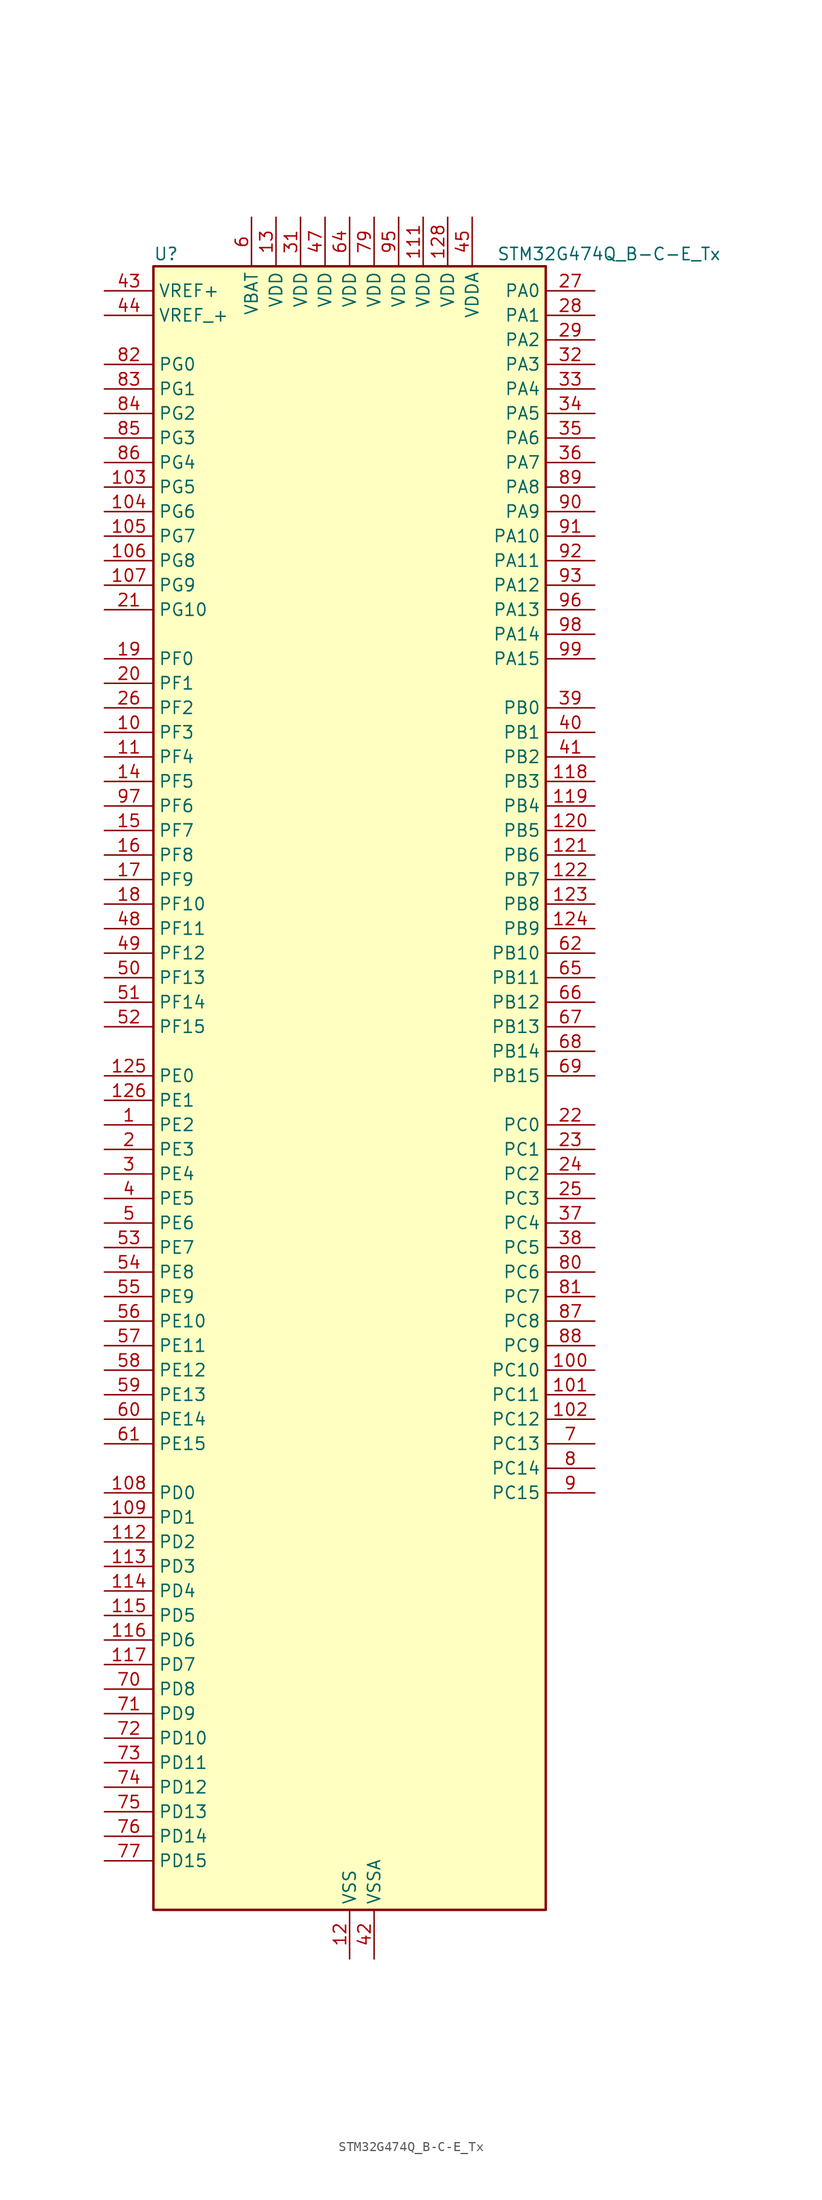
<source format=kicad_sym>
(kicad_symbol_lib
  (version 20231120)
  (generator "kicad_symbol_editor")
  (generator_version "8.0")
  (symbol "STM32G474Q_B-C-E_Tx"
    (property "Reference" "U"
      (at -20.32 87.63 0)
      (effects (font (size 1.27 1.27)) (justify left)))
    (property "Value" "STM32G474Q_B-C-E_Tx"
      (at 15.24 87.63 0)
      (effects (font (size 1.27 1.27)) (justify left)))
    (property "ki_locked" ""
      (at 0 0 0)
      (effects (font (size 1.27 1.27))))
    (symbol "STM32G474Q_B-C-E_Tx_0_1"
      (rectangle (start -20.32 -83.82) (end 20.32 86.36) (stroke (width 0.254) (type default)) (fill (type background))))
    (symbol "STM32G474Q_B-C-E_Tx_1_1"
      (pin bidirectional line (at -25.4 -2.54 0) (length 5.08) (name "PE2" (effects (font (size 1.27 1.27)))) (number "1" (effects (font (size 1.27 1.27)))) (alternate "ADC3_EXTI2" bidirectional line) (alternate "ADC4_EXTI2" bidirectional line) (alternate "ADC5_EXTI2" bidirectional line) (alternate "FMC_A23" bidirectional line) (alternate "SAI1_CK1" bidirectional line) (alternate "SAI1_MCLK_A" bidirectional line) (alternate "SPI4_SCK" bidirectional line) (alternate "SYS_TRACECLK" bidirectional line) (alternate "TIM20_CH1" bidirectional line) (alternate "TIM3_CH1" bidirectional line))
      (pin bidirectional line (at -25.4 38.1 0) (length 5.08) (name "PF3" (effects (font (size 1.27 1.27)))) (number "10" (effects (font (size 1.27 1.27)))) (alternate "ADC3_EXTI3" bidirectional line) (alternate "ADC4_EXTI3" bidirectional line) (alternate "ADC5_EXTI3" bidirectional line) (alternate "FMC_A3" bidirectional line) (alternate "I2C3_SCL" bidirectional line) (alternate "TIM20_CH4" bidirectional line))
      (pin bidirectional line (at 25.4 -27.94 180) (length 5.08) (name "PC10" (effects (font (size 1.27 1.27)))) (number "100" (effects (font (size 1.27 1.27)))) (alternate "DAC1_EXTI10" bidirectional line) (alternate "DAC2_EXTI10" bidirectional line) (alternate "DAC3_EXTI10" bidirectional line) (alternate "DAC4_EXTI10" bidirectional line) (alternate "HRTIM1_FLT6" bidirectional line) (alternate "I2S3_CK" bidirectional line) (alternate "SPI3_SCK" bidirectional line) (alternate "TIM8_CH1N" bidirectional line) (alternate "UART4_TX" bidirectional line) (alternate "USART3_TX" bidirectional line))
      (pin bidirectional line (at 25.4 -30.48 180) (length 5.08) (name "PC11" (effects (font (size 1.27 1.27)))) (number "101" (effects (font (size 1.27 1.27)))) (alternate "ADC1_EXTI11" bidirectional line) (alternate "ADC2_EXTI11" bidirectional line) (alternate "HRTIM1_EEV2" bidirectional line) (alternate "I2C3_SDA" bidirectional line) (alternate "SPI3_MISO" bidirectional line) (alternate "TIM8_CH2N" bidirectional line) (alternate "UART4_RX" bidirectional line) (alternate "USART3_RX" bidirectional line))
      (pin bidirectional line (at 25.4 -33.02 180) (length 5.08) (name "PC12" (effects (font (size 1.27 1.27)))) (number "102" (effects (font (size 1.27 1.27)))) (alternate "HRTIM1_EEV1" bidirectional line) (alternate "I2S3_SD" bidirectional line) (alternate "SPI3_MOSI" bidirectional line) (alternate "TIM5_CH2" bidirectional line) (alternate "TIM8_CH3N" bidirectional line) (alternate "UART5_TX" bidirectional line) (alternate "UCPD1_FRSTX1" bidirectional line) (alternate "UCPD1_FRSTX2" bidirectional line) (alternate "USART3_CK" bidirectional line))
      (pin bidirectional line (at -25.4 63.5 0) (length 5.08) (name "PG5" (effects (font (size 1.27 1.27)))) (number "103" (effects (font (size 1.27 1.27)))) (alternate "FMC_A15" bidirectional line) (alternate "LPUART1_CTS" bidirectional line) (alternate "SPI1_NSS" bidirectional line) (alternate "TIM20_ETR" bidirectional line))
      (pin bidirectional line (at -25.4 60.96 0) (length 5.08) (name "PG6" (effects (font (size 1.27 1.27)))) (number "104" (effects (font (size 1.27 1.27)))) (alternate "FMC_INT" bidirectional line) (alternate "I2C3_SMBA" bidirectional line) (alternate "LPUART1_DE" bidirectional line) (alternate "LPUART1_RTS" bidirectional line) (alternate "TIM20_BKIN" bidirectional line))
      (pin bidirectional line (at -25.4 58.42 0) (length 5.08) (name "PG7" (effects (font (size 1.27 1.27)))) (number "105" (effects (font (size 1.27 1.27)))) (alternate "FMC_INT" bidirectional line) (alternate "I2C3_SCL" bidirectional line) (alternate "LPUART1_TX" bidirectional line) (alternate "SAI1_CK1" bidirectional line) (alternate "SAI1_MCLK_A" bidirectional line))
      (pin bidirectional line (at -25.4 55.88 0) (length 5.08) (name "PG8" (effects (font (size 1.27 1.27)))) (number "106" (effects (font (size 1.27 1.27)))) (alternate "FMC_NE3" bidirectional line) (alternate "I2C3_SDA" bidirectional line) (alternate "LPUART1_RX" bidirectional line))
      (pin bidirectional line (at -25.4 53.34 0) (length 5.08) (name "PG9" (effects (font (size 1.27 1.27)))) (number "107" (effects (font (size 1.27 1.27)))) (alternate "DAC1_EXTI9" bidirectional line) (alternate "DAC2_EXTI9" bidirectional line) (alternate "DAC3_EXTI9" bidirectional line) (alternate "DAC4_EXTI9" bidirectional line) (alternate "FMC_NCE" bidirectional line) (alternate "FMC_NE2" bidirectional line) (alternate "SPI3_SCK" bidirectional line) (alternate "TIM15_CH1N" bidirectional line) (alternate "USART1_TX" bidirectional line))
      (pin bidirectional line (at -25.4 -40.64 0) (length 5.08) (name "PD0" (effects (font (size 1.27 1.27)))) (number "108" (effects (font (size 1.27 1.27)))) (alternate "FDCAN1_RX" bidirectional line) (alternate "FMC_D2" bidirectional line) (alternate "FMC_DA2" bidirectional line) (alternate "TIM8_CH4N" bidirectional line))
      (pin bidirectional line (at -25.4 -43.18 0) (length 5.08) (name "PD1" (effects (font (size 1.27 1.27)))) (number "109" (effects (font (size 1.27 1.27)))) (alternate "FDCAN1_TX" bidirectional line) (alternate "FMC_D3" bidirectional line) (alternate "FMC_DA3" bidirectional line) (alternate "TIM8_BKIN2" bidirectional line) (alternate "TIM8_CH4" bidirectional line))
      (pin bidirectional line (at -25.4 35.56 0) (length 5.08) (name "PF4" (effects (font (size 1.27 1.27)))) (number "11" (effects (font (size 1.27 1.27)))) (alternate "COMP1_OUT" bidirectional line) (alternate "FMC_A4" bidirectional line) (alternate "I2C3_SDA" bidirectional line) (alternate "TIM20_CH1N" bidirectional line))
      (pin passive line (at 0 -88.9 90) (length 5.08) hide (name "VSS" (effects (font (size 1.27 1.27)))) (number "110" (effects (font (size 1.27 1.27)))))
      (pin power_in line (at 7.62 91.44 270) (length 5.08) (name "VDD" (effects (font (size 1.27 1.27)))) (number "111" (effects (font (size 1.27 1.27)))))
      (pin bidirectional line (at -25.4 -45.72 0) (length 5.08) (name "PD2" (effects (font (size 1.27 1.27)))) (number "112" (effects (font (size 1.27 1.27)))) (alternate "ADC3_EXTI2" bidirectional line) (alternate "ADC4_EXTI2" bidirectional line) (alternate "ADC5_EXTI2" bidirectional line) (alternate "TIM3_ETR" bidirectional line) (alternate "TIM8_BKIN" bidirectional line) (alternate "UART5_RX" bidirectional line))
      (pin bidirectional line (at -25.4 -48.26 0) (length 5.08) (name "PD3" (effects (font (size 1.27 1.27)))) (number "113" (effects (font (size 1.27 1.27)))) (alternate "ADC3_EXTI3" bidirectional line) (alternate "ADC4_EXTI3" bidirectional line) (alternate "ADC5_EXTI3" bidirectional line) (alternate "FMC_CLK" bidirectional line) (alternate "QUADSPI1_BK2_NCS" bidirectional line) (alternate "TIM2_CH1" bidirectional line) (alternate "TIM2_ETR" bidirectional line) (alternate "USART2_CTS" bidirectional line) (alternate "USART2_NSS" bidirectional line))
      (pin bidirectional line (at -25.4 -50.8 0) (length 5.08) (name "PD4" (effects (font (size 1.27 1.27)))) (number "114" (effects (font (size 1.27 1.27)))) (alternate "FMC_NOE" bidirectional line) (alternate "QUADSPI1_BK2_IO0" bidirectional line) (alternate "TIM2_CH2" bidirectional line) (alternate "USART2_DE" bidirectional line) (alternate "USART2_RTS" bidirectional line))
      (pin bidirectional line (at -25.4 -53.34 0) (length 5.08) (name "PD5" (effects (font (size 1.27 1.27)))) (number "115" (effects (font (size 1.27 1.27)))) (alternate "FMC_NWE" bidirectional line) (alternate "QUADSPI1_BK2_IO1" bidirectional line) (alternate "USART2_TX" bidirectional line))
      (pin bidirectional line (at -25.4 -55.88 0) (length 5.08) (name "PD6" (effects (font (size 1.27 1.27)))) (number "116" (effects (font (size 1.27 1.27)))) (alternate "FMC_NWAIT" bidirectional line) (alternate "QUADSPI1_BK2_IO2" bidirectional line) (alternate "SAI1_D1" bidirectional line) (alternate "SAI1_SD_A" bidirectional line) (alternate "TIM2_CH4" bidirectional line) (alternate "USART2_RX" bidirectional line))
      (pin bidirectional line (at -25.4 -58.42 0) (length 5.08) (name "PD7" (effects (font (size 1.27 1.27)))) (number "117" (effects (font (size 1.27 1.27)))) (alternate "FMC_NCE" bidirectional line) (alternate "FMC_NE1" bidirectional line) (alternate "QUADSPI1_BK2_IO3" bidirectional line) (alternate "TIM2_CH3" bidirectional line) (alternate "USART2_CK" bidirectional line))
      (pin bidirectional line (at 25.4 33.02 180) (length 5.08) (name "PB3" (effects (font (size 1.27 1.27)))) (number "118" (effects (font (size 1.27 1.27)))) (alternate "ADC3_EXTI3" bidirectional line) (alternate "ADC4_EXTI3" bidirectional line) (alternate "ADC5_EXTI3" bidirectional line) (alternate "CRS_SYNC" bidirectional line) (alternate "FDCAN3_RX" bidirectional line) (alternate "HRTIM1_EEV9" bidirectional line) (alternate "HRTIM1_SCOUT" bidirectional line) (alternate "I2S3_CK" bidirectional line) (alternate "SAI1_SCK_B" bidirectional line) (alternate "SPI1_SCK" bidirectional line) (alternate "SPI3_SCK" bidirectional line) (alternate "SYS_JTDO-SWO" bidirectional line) (alternate "TIM2_CH2" bidirectional line) (alternate "TIM3_ETR" bidirectional line) (alternate "TIM4_ETR" bidirectional line) (alternate "TIM8_CH1N" bidirectional line) (alternate "USART2_TX" bidirectional line))
      (pin bidirectional line (at 25.4 30.48 180) (length 5.08) (name "PB4" (effects (font (size 1.27 1.27)))) (number "119" (effects (font (size 1.27 1.27)))) (alternate "FDCAN3_TX" bidirectional line) (alternate "HRTIM1_EEV7" bidirectional line) (alternate "SAI1_MCLK_B" bidirectional line) (alternate "SPI1_MISO" bidirectional line) (alternate "SPI3_MISO" bidirectional line) (alternate "SYS_JTRST" bidirectional line) (alternate "TIM16_CH1" bidirectional line) (alternate "TIM17_BKIN" bidirectional line) (alternate "TIM3_CH1" bidirectional line) (alternate "TIM8_CH2N" bidirectional line) (alternate "UART5_DE" bidirectional line) (alternate "UART5_RTS" bidirectional line) (alternate "UCPD1_CC2" bidirectional line) (alternate "USART2_RX" bidirectional line))
      (pin power_in line (at 0 -88.9 90) (length 5.08) (name "VSS" (effects (font (size 1.27 1.27)))) (number "12" (effects (font (size 1.27 1.27)))))
      (pin bidirectional line (at 25.4 27.94 180) (length 5.08) (name "PB5" (effects (font (size 1.27 1.27)))) (number "120" (effects (font (size 1.27 1.27)))) (alternate "FDCAN2_RX" bidirectional line) (alternate "HRTIM1_EEV6" bidirectional line) (alternate "I2C1_SMBA" bidirectional line) (alternate "I2C3_SDA" bidirectional line) (alternate "I2S3_SD" bidirectional line) (alternate "LPTIM1_IN1" bidirectional line) (alternate "SAI1_SD_B" bidirectional line) (alternate "SPI1_MOSI" bidirectional line) (alternate "SPI3_MOSI" bidirectional line) (alternate "TIM16_BKIN" bidirectional line) (alternate "TIM17_CH1" bidirectional line) (alternate "TIM3_CH2" bidirectional line) (alternate "TIM8_CH3N" bidirectional line) (alternate "UART5_CTS" bidirectional line) (alternate "USART2_CK" bidirectional line))
      (pin bidirectional line (at 25.4 25.4 180) (length 5.08) (name "PB6" (effects (font (size 1.27 1.27)))) (number "121" (effects (font (size 1.27 1.27)))) (alternate "COMP4_OUT" bidirectional line) (alternate "FDCAN2_TX" bidirectional line) (alternate "HRTIM1_EEV4" bidirectional line) (alternate "HRTIM1_SCIN" bidirectional line) (alternate "LPTIM1_ETR" bidirectional line) (alternate "SAI1_FS_B" bidirectional line) (alternate "TIM16_CH1N" bidirectional line) (alternate "TIM4_CH1" bidirectional line) (alternate "TIM8_BKIN2" bidirectional line) (alternate "TIM8_CH1" bidirectional line) (alternate "TIM8_ETR" bidirectional line) (alternate "UCPD1_CC1" bidirectional line) (alternate "USART1_TX" bidirectional line))
      (pin bidirectional line (at 25.4 22.86 180) (length 5.08) (name "PB7" (effects (font (size 1.27 1.27)))) (number "122" (effects (font (size 1.27 1.27)))) (alternate "COMP3_OUT" bidirectional line) (alternate "FMC_NL" bidirectional line) (alternate "HRTIM1_EEV3" bidirectional line) (alternate "I2C1_SDA" bidirectional line) (alternate "I2C4_SDA" bidirectional line) (alternate "LPTIM1_IN2" bidirectional line) (alternate "SYS_PVD_IN" bidirectional line) (alternate "TIM17_CH1N" bidirectional line) (alternate "TIM3_CH4" bidirectional line) (alternate "TIM4_CH2" bidirectional line) (alternate "TIM8_BKIN" bidirectional line) (alternate "UART4_CTS" bidirectional line) (alternate "USART1_RX" bidirectional line))
      (pin bidirectional line (at 25.4 20.32 180) (length 5.08) (name "PB8" (effects (font (size 1.27 1.27)))) (number "123" (effects (font (size 1.27 1.27)))) (alternate "COMP1_OUT" bidirectional line) (alternate "FDCAN1_RX" bidirectional line) (alternate "HRTIM1_EEV8" bidirectional line) (alternate "I2C1_SCL" bidirectional line) (alternate "SAI1_CK1" bidirectional line) (alternate "SAI1_MCLK_A" bidirectional line) (alternate "TIM16_CH1" bidirectional line) (alternate "TIM1_BKIN" bidirectional line) (alternate "TIM4_CH3" bidirectional line) (alternate "TIM8_CH2" bidirectional line) (alternate "USART3_RX" bidirectional line))
      (pin bidirectional line (at 25.4 17.78 180) (length 5.08) (name "PB9" (effects (font (size 1.27 1.27)))) (number "124" (effects (font (size 1.27 1.27)))) (alternate "COMP2_OUT" bidirectional line) (alternate "DAC1_EXTI9" bidirectional line) (alternate "DAC2_EXTI9" bidirectional line) (alternate "DAC3_EXTI9" bidirectional line) (alternate "DAC4_EXTI9" bidirectional line) (alternate "FDCAN1_TX" bidirectional line) (alternate "HRTIM1_EEV5" bidirectional line) (alternate "I2C1_SDA" bidirectional line) (alternate "IR_OUT" bidirectional line) (alternate "SAI1_D2" bidirectional line) (alternate "SAI1_FS_A" bidirectional line) (alternate "TIM17_CH1" bidirectional line) (alternate "TIM1_CH3N" bidirectional line) (alternate "TIM4_CH4" bidirectional line) (alternate "TIM8_CH3" bidirectional line) (alternate "USART3_TX" bidirectional line))
      (pin bidirectional line (at -25.4 2.54 0) (length 5.08) (name "PE0" (effects (font (size 1.27 1.27)))) (number "125" (effects (font (size 1.27 1.27)))) (alternate "FMC_NBL0" bidirectional line) (alternate "TIM16_CH1" bidirectional line) (alternate "TIM20_CH4N" bidirectional line) (alternate "TIM20_ETR" bidirectional line) (alternate "TIM4_ETR" bidirectional line) (alternate "USART1_TX" bidirectional line))
      (pin bidirectional line (at -25.4 0 0) (length 5.08) (name "PE1" (effects (font (size 1.27 1.27)))) (number "126" (effects (font (size 1.27 1.27)))) (alternate "FMC_NBL1" bidirectional line) (alternate "TIM17_CH1" bidirectional line) (alternate "TIM20_CH4" bidirectional line) (alternate "USART1_RX" bidirectional line))
      (pin passive line (at 0 -88.9 90) (length 5.08) hide (name "VSS" (effects (font (size 1.27 1.27)))) (number "127" (effects (font (size 1.27 1.27)))))
      (pin power_in line (at 10.16 91.44 270) (length 5.08) (name "VDD" (effects (font (size 1.27 1.27)))) (number "128" (effects (font (size 1.27 1.27)))))
      (pin power_in line (at -7.62 91.44 270) (length 5.08) (name "VDD" (effects (font (size 1.27 1.27)))) (number "13" (effects (font (size 1.27 1.27)))))
      (pin bidirectional line (at -25.4 33.02 0) (length 5.08) (name "PF5" (effects (font (size 1.27 1.27)))) (number "14" (effects (font (size 1.27 1.27)))) (alternate "FMC_A5" bidirectional line) (alternate "TIM20_CH2N" bidirectional line))
      (pin bidirectional line (at -25.4 27.94 0) (length 5.08) (name "PF7" (effects (font (size 1.27 1.27)))) (number "15" (effects (font (size 1.27 1.27)))) (alternate "FMC_A1" bidirectional line) (alternate "QUADSPI1_BK1_IO2" bidirectional line) (alternate "SAI1_MCLK_B" bidirectional line) (alternate "TIM20_BKIN" bidirectional line) (alternate "TIM5_CH2" bidirectional line))
      (pin bidirectional line (at -25.4 25.4 0) (length 5.08) (name "PF8" (effects (font (size 1.27 1.27)))) (number "16" (effects (font (size 1.27 1.27)))) (alternate "FMC_A24" bidirectional line) (alternate "QUADSPI1_BK1_IO0" bidirectional line) (alternate "SAI1_SCK_B" bidirectional line) (alternate "TIM20_BKIN2" bidirectional line) (alternate "TIM5_CH3" bidirectional line))
      (pin bidirectional line (at -25.4 22.86 0) (length 5.08) (name "PF9" (effects (font (size 1.27 1.27)))) (number "17" (effects (font (size 1.27 1.27)))) (alternate "DAC1_EXTI9" bidirectional line) (alternate "DAC2_EXTI9" bidirectional line) (alternate "DAC3_EXTI9" bidirectional line) (alternate "DAC4_EXTI9" bidirectional line) (alternate "FMC_A25" bidirectional line) (alternate "QUADSPI1_BK1_IO1" bidirectional line) (alternate "SAI1_FS_B" bidirectional line) (alternate "SPI2_SCK" bidirectional line) (alternate "TIM15_CH1" bidirectional line) (alternate "TIM20_BKIN" bidirectional line) (alternate "TIM5_CH4" bidirectional line))
      (pin bidirectional line (at -25.4 20.32 0) (length 5.08) (name "PF10" (effects (font (size 1.27 1.27)))) (number "18" (effects (font (size 1.27 1.27)))) (alternate "DAC1_EXTI10" bidirectional line) (alternate "DAC2_EXTI10" bidirectional line) (alternate "DAC3_EXTI10" bidirectional line) (alternate "DAC4_EXTI10" bidirectional line) (alternate "FMC_A0" bidirectional line) (alternate "QUADSPI1_CLK" bidirectional line) (alternate "SAI1_D3" bidirectional line) (alternate "SPI2_SCK" bidirectional line) (alternate "TIM15_CH2" bidirectional line) (alternate "TIM20_BKIN2" bidirectional line))
      (pin bidirectional line (at -25.4 45.72 0) (length 5.08) (name "PF0" (effects (font (size 1.27 1.27)))) (number "19" (effects (font (size 1.27 1.27)))) (alternate "ADC1_IN10" bidirectional line) (alternate "I2C2_SDA" bidirectional line) (alternate "I2S2_WS" bidirectional line) (alternate "RCC_OSC_IN" bidirectional line) (alternate "SPI2_NSS" bidirectional line) (alternate "TIM1_CH3N" bidirectional line))
      (pin bidirectional line (at -25.4 -5.08 0) (length 5.08) (name "PE3" (effects (font (size 1.27 1.27)))) (number "2" (effects (font (size 1.27 1.27)))) (alternate "ADC3_EXTI3" bidirectional line) (alternate "ADC4_EXTI3" bidirectional line) (alternate "ADC5_EXTI3" bidirectional line) (alternate "FMC_A19" bidirectional line) (alternate "SAI1_SD_B" bidirectional line) (alternate "SPI4_NSS" bidirectional line) (alternate "SYS_TRACED0" bidirectional line) (alternate "TIM20_CH2" bidirectional line) (alternate "TIM3_CH2" bidirectional line))
      (pin bidirectional line (at -25.4 43.18 0) (length 5.08) (name "PF1" (effects (font (size 1.27 1.27)))) (number "20" (effects (font (size 1.27 1.27)))) (alternate "ADC2_IN10" bidirectional line) (alternate "COMP3_INM" bidirectional line) (alternate "I2S2_CK" bidirectional line) (alternate "RCC_OSC_OUT" bidirectional line) (alternate "SPI2_SCK" bidirectional line))
      (pin bidirectional line (at -25.4 50.8 0) (length 5.08) (name "PG10" (effects (font (size 1.27 1.27)))) (number "21" (effects (font (size 1.27 1.27)))) (alternate "DAC1_EXTI10" bidirectional line) (alternate "DAC2_EXTI10" bidirectional line) (alternate "DAC3_EXTI10" bidirectional line) (alternate "DAC4_EXTI10" bidirectional line) (alternate "RCC_MCO" bidirectional line))
      (pin bidirectional line (at 25.4 -2.54 180) (length 5.08) (name "PC0" (effects (font (size 1.27 1.27)))) (number "22" (effects (font (size 1.27 1.27)))) (alternate "ADC1_IN6" bidirectional line) (alternate "ADC2_IN6" bidirectional line) (alternate "COMP3_INM" bidirectional line) (alternate "LPTIM1_IN1" bidirectional line) (alternate "LPUART1_RX" bidirectional line) (alternate "TIM1_CH1" bidirectional line))
      (pin bidirectional line (at 25.4 -5.08 180) (length 5.08) (name "PC1" (effects (font (size 1.27 1.27)))) (number "23" (effects (font (size 1.27 1.27)))) (alternate "ADC1_IN7" bidirectional line) (alternate "ADC2_IN7" bidirectional line) (alternate "COMP3_INP" bidirectional line) (alternate "LPTIM1_OUT" bidirectional line) (alternate "LPUART1_TX" bidirectional line) (alternate "QUADSPI1_BK2_IO0" bidirectional line) (alternate "SAI1_SD_A" bidirectional line) (alternate "TIM1_CH2" bidirectional line))
      (pin bidirectional line (at 25.4 -7.62 180) (length 5.08) (name "PC2" (effects (font (size 1.27 1.27)))) (number "24" (effects (font (size 1.27 1.27)))) (alternate "ADC1_IN8" bidirectional line) (alternate "ADC2_IN8" bidirectional line) (alternate "ADC3_EXTI2" bidirectional line) (alternate "ADC4_EXTI2" bidirectional line) (alternate "ADC5_EXTI2" bidirectional line) (alternate "COMP3_OUT" bidirectional line) (alternate "LPTIM1_IN2" bidirectional line) (alternate "QUADSPI1_BK2_IO1" bidirectional line) (alternate "TIM1_CH3" bidirectional line) (alternate "TIM20_CH2" bidirectional line))
      (pin bidirectional line (at 25.4 -10.16 180) (length 5.08) (name "PC3" (effects (font (size 1.27 1.27)))) (number "25" (effects (font (size 1.27 1.27)))) (alternate "ADC1_IN9" bidirectional line) (alternate "ADC2_IN9" bidirectional line) (alternate "ADC3_EXTI3" bidirectional line) (alternate "ADC4_EXTI3" bidirectional line) (alternate "ADC5_EXTI3" bidirectional line) (alternate "LPTIM1_ETR" bidirectional line) (alternate "OPAMP5_VINP" bidirectional line) (alternate "OPAMP5_VINP_SEC" bidirectional line) (alternate "QUADSPI1_BK2_IO2" bidirectional line) (alternate "SAI1_D1" bidirectional line) (alternate "SAI1_SD_A" bidirectional line) (alternate "TIM1_BKIN2" bidirectional line) (alternate "TIM1_CH4" bidirectional line))
      (pin bidirectional line (at -25.4 40.64 0) (length 5.08) (name "PF2" (effects (font (size 1.27 1.27)))) (number "26" (effects (font (size 1.27 1.27)))) (alternate "ADC3_EXTI2" bidirectional line) (alternate "ADC4_EXTI2" bidirectional line) (alternate "ADC5_EXTI2" bidirectional line) (alternate "FMC_A2" bidirectional line) (alternate "I2C2_SMBA" bidirectional line) (alternate "TIM20_CH3" bidirectional line))
      (pin bidirectional line (at 25.4 83.82 180) (length 5.08) (name "PA0" (effects (font (size 1.27 1.27)))) (number "27" (effects (font (size 1.27 1.27)))) (alternate "ADC1_IN1" bidirectional line) (alternate "ADC2_IN1" bidirectional line) (alternate "COMP1_INM" bidirectional line) (alternate "COMP1_OUT" bidirectional line) (alternate "COMP3_INP" bidirectional line) (alternate "RTC_TAMP2" bidirectional line) (alternate "SYS_WKUP1" bidirectional line) (alternate "TIM2_CH1" bidirectional line) (alternate "TIM2_ETR" bidirectional line) (alternate "TIM5_CH1" bidirectional line) (alternate "TIM8_BKIN" bidirectional line) (alternate "TIM8_ETR" bidirectional line) (alternate "USART2_CTS" bidirectional line) (alternate "USART2_NSS" bidirectional line))
      (pin bidirectional line (at 25.4 81.28 180) (length 5.08) (name "PA1" (effects (font (size 1.27 1.27)))) (number "28" (effects (font (size 1.27 1.27)))) (alternate "ADC1_IN2" bidirectional line) (alternate "ADC2_IN2" bidirectional line) (alternate "COMP1_INP" bidirectional line) (alternate "OPAMP1_VINP" bidirectional line) (alternate "OPAMP1_VINP_SEC" bidirectional line) (alternate "OPAMP3_VINP" bidirectional line) (alternate "OPAMP3_VINP_SEC" bidirectional line) (alternate "OPAMP6_VINM" bidirectional line) (alternate "OPAMP6_VINM0" bidirectional line) (alternate "OPAMP6_VINM_SEC" bidirectional line) (alternate "RTC_REFIN" bidirectional line) (alternate "TIM15_CH1N" bidirectional line) (alternate "TIM2_CH2" bidirectional line) (alternate "TIM5_CH2" bidirectional line) (alternate "USART2_DE" bidirectional line) (alternate "USART2_RTS" bidirectional line))
      (pin bidirectional line (at 25.4 78.74 180) (length 5.08) (name "PA2" (effects (font (size 1.27 1.27)))) (number "29" (effects (font (size 1.27 1.27)))) (alternate "ADC1_IN3" bidirectional line) (alternate "ADC3_EXTI2" bidirectional line) (alternate "ADC4_EXTI2" bidirectional line) (alternate "ADC5_EXTI2" bidirectional line) (alternate "COMP2_INM" bidirectional line) (alternate "COMP2_OUT" bidirectional line) (alternate "LPUART1_TX" bidirectional line) (alternate "OPAMP1_VOUT" bidirectional line) (alternate "QUADSPI1_BK1_NCS" bidirectional line) (alternate "RCC_LSCO" bidirectional line) (alternate "SYS_WKUP4" bidirectional line) (alternate "TIM15_CH1" bidirectional line) (alternate "TIM2_CH3" bidirectional line) (alternate "TIM5_CH3" bidirectional line) (alternate "UCPD1_FRSTX1" bidirectional line) (alternate "UCPD1_FRSTX2" bidirectional line) (alternate "USART2_TX" bidirectional line))
      (pin bidirectional line (at -25.4 -7.62 0) (length 5.08) (name "PE4" (effects (font (size 1.27 1.27)))) (number "3" (effects (font (size 1.27 1.27)))) (alternate "FMC_A20" bidirectional line) (alternate "SAI1_D2" bidirectional line) (alternate "SAI1_FS_A" bidirectional line) (alternate "SPI4_NSS" bidirectional line) (alternate "SYS_TRACED1" bidirectional line) (alternate "TIM20_CH1N" bidirectional line) (alternate "TIM3_CH3" bidirectional line))
      (pin passive line (at 0 -88.9 90) (length 5.08) hide (name "VSS" (effects (font (size 1.27 1.27)))) (number "30" (effects (font (size 1.27 1.27)))))
      (pin power_in line (at -5.08 91.44 270) (length 5.08) (name "VDD" (effects (font (size 1.27 1.27)))) (number "31" (effects (font (size 1.27 1.27)))))
      (pin bidirectional line (at 25.4 76.2 180) (length 5.08) (name "PA3" (effects (font (size 1.27 1.27)))) (number "32" (effects (font (size 1.27 1.27)))) (alternate "ADC1_IN4" bidirectional line) (alternate "ADC3_EXTI3" bidirectional line) (alternate "ADC4_EXTI3" bidirectional line) (alternate "ADC5_EXTI3" bidirectional line) (alternate "COMP2_INP" bidirectional line) (alternate "LPUART1_RX" bidirectional line) (alternate "OPAMP1_VINM" bidirectional line) (alternate "OPAMP1_VINM0" bidirectional line) (alternate "OPAMP1_VINM_SEC" bidirectional line) (alternate "OPAMP1_VINP" bidirectional line) (alternate "OPAMP1_VINP_SEC" bidirectional line) (alternate "OPAMP5_VINM" bidirectional line) (alternate "OPAMP5_VINM1" bidirectional line) (alternate "OPAMP5_VINM_SEC" bidirectional line) (alternate "QUADSPI1_CLK" bidirectional line) (alternate "SAI1_CK1" bidirectional line) (alternate "SAI1_MCLK_A" bidirectional line) (alternate "TIM15_CH2" bidirectional line) (alternate "TIM2_CH4" bidirectional line) (alternate "TIM5_CH4" bidirectional line) (alternate "USART2_RX" bidirectional line))
      (pin bidirectional line (at 25.4 73.66 180) (length 5.08) (name "PA4" (effects (font (size 1.27 1.27)))) (number "33" (effects (font (size 1.27 1.27)))) (alternate "ADC2_IN17" bidirectional line) (alternate "COMP1_INM" bidirectional line) (alternate "DAC1_OUT1" bidirectional line) (alternate "I2S3_WS" bidirectional line) (alternate "SAI1_FS_B" bidirectional line) (alternate "SPI1_NSS" bidirectional line) (alternate "SPI3_NSS" bidirectional line) (alternate "TIM3_CH2" bidirectional line) (alternate "USART2_CK" bidirectional line))
      (pin bidirectional line (at 25.4 71.12 180) (length 5.08) (name "PA5" (effects (font (size 1.27 1.27)))) (number "34" (effects (font (size 1.27 1.27)))) (alternate "ADC2_IN13" bidirectional line) (alternate "COMP2_INM" bidirectional line) (alternate "DAC1_OUT2" bidirectional line) (alternate "OPAMP2_VINM" bidirectional line) (alternate "OPAMP2_VINM0" bidirectional line) (alternate "OPAMP2_VINM_SEC" bidirectional line) (alternate "SPI1_SCK" bidirectional line) (alternate "TIM2_CH1" bidirectional line) (alternate "TIM2_ETR" bidirectional line) (alternate "UCPD1_FRSTX1" bidirectional line) (alternate "UCPD1_FRSTX2" bidirectional line))
      (pin bidirectional line (at 25.4 68.58 180) (length 5.08) (name "PA6" (effects (font (size 1.27 1.27)))) (number "35" (effects (font (size 1.27 1.27)))) (alternate "ADC2_IN3" bidirectional line) (alternate "COMP1_OUT" bidirectional line) (alternate "DAC2_OUT1" bidirectional line) (alternate "LPUART1_CTS" bidirectional line) (alternate "OPAMP2_VOUT" bidirectional line) (alternate "QUADSPI1_BK1_IO3" bidirectional line) (alternate "SPI1_MISO" bidirectional line) (alternate "TIM16_CH1" bidirectional line) (alternate "TIM1_BKIN" bidirectional line) (alternate "TIM3_CH1" bidirectional line) (alternate "TIM8_BKIN" bidirectional line))
      (pin bidirectional line (at 25.4 66.04 180) (length 5.08) (name "PA7" (effects (font (size 1.27 1.27)))) (number "36" (effects (font (size 1.27 1.27)))) (alternate "ADC2_IN4" bidirectional line) (alternate "COMP2_INP" bidirectional line) (alternate "COMP2_OUT" bidirectional line) (alternate "OPAMP1_VINP" bidirectional line) (alternate "OPAMP1_VINP_SEC" bidirectional line) (alternate "OPAMP2_VINP" bidirectional line) (alternate "OPAMP2_VINP_SEC" bidirectional line) (alternate "QUADSPI1_BK1_IO2" bidirectional line) (alternate "SPI1_MOSI" bidirectional line) (alternate "TIM17_CH1" bidirectional line) (alternate "TIM1_CH1N" bidirectional line) (alternate "TIM3_CH2" bidirectional line) (alternate "TIM8_CH1N" bidirectional line) (alternate "UCPD1_FRSTX1" bidirectional line) (alternate "UCPD1_FRSTX2" bidirectional line))
      (pin bidirectional line (at 25.4 -12.7 180) (length 5.08) (name "PC4" (effects (font (size 1.27 1.27)))) (number "37" (effects (font (size 1.27 1.27)))) (alternate "ADC2_IN5" bidirectional line) (alternate "I2C2_SCL" bidirectional line) (alternate "QUADSPI1_BK2_IO3" bidirectional line) (alternate "TIM1_ETR" bidirectional line) (alternate "USART1_TX" bidirectional line))
      (pin bidirectional line (at 25.4 -15.24 180) (length 5.08) (name "PC5" (effects (font (size 1.27 1.27)))) (number "38" (effects (font (size 1.27 1.27)))) (alternate "ADC2_IN11" bidirectional line) (alternate "HRTIM1_EEV10" bidirectional line) (alternate "OPAMP1_VINM" bidirectional line) (alternate "OPAMP1_VINM1" bidirectional line) (alternate "OPAMP1_VINM_SEC" bidirectional line) (alternate "OPAMP2_VINM" bidirectional line) (alternate "OPAMP2_VINM1" bidirectional line) (alternate "OPAMP2_VINM_SEC" bidirectional line) (alternate "SAI1_D3" bidirectional line) (alternate "SYS_WKUP5" bidirectional line) (alternate "TIM15_BKIN" bidirectional line) (alternate "TIM1_CH4N" bidirectional line) (alternate "USART1_RX" bidirectional line))
      (pin bidirectional line (at 25.4 40.64 180) (length 5.08) (name "PB0" (effects (font (size 1.27 1.27)))) (number "39" (effects (font (size 1.27 1.27)))) (alternate "ADC1_IN15" bidirectional line) (alternate "ADC3_IN12" bidirectional line) (alternate "COMP4_INP" bidirectional line) (alternate "HRTIM1_FLT5" bidirectional line) (alternate "OPAMP2_VINP" bidirectional line) (alternate "OPAMP2_VINP_SEC" bidirectional line) (alternate "OPAMP3_VINP" bidirectional line) (alternate "OPAMP3_VINP_SEC" bidirectional line) (alternate "QUADSPI1_BK1_IO1" bidirectional line) (alternate "TIM1_CH2N" bidirectional line) (alternate "TIM3_CH3" bidirectional line) (alternate "TIM8_CH2N" bidirectional line) (alternate "UCPD1_FRSTX1" bidirectional line) (alternate "UCPD1_FRSTX2" bidirectional line))
      (pin bidirectional line (at -25.4 -10.16 0) (length 5.08) (name "PE5" (effects (font (size 1.27 1.27)))) (number "4" (effects (font (size 1.27 1.27)))) (alternate "FMC_A21" bidirectional line) (alternate "SAI1_CK2" bidirectional line) (alternate "SAI1_SCK_A" bidirectional line) (alternate "SPI4_MISO" bidirectional line) (alternate "SYS_TRACED2" bidirectional line) (alternate "TIM20_CH2N" bidirectional line) (alternate "TIM3_CH4" bidirectional line))
      (pin bidirectional line (at 25.4 38.1 180) (length 5.08) (name "PB1" (effects (font (size 1.27 1.27)))) (number "40" (effects (font (size 1.27 1.27)))) (alternate "ADC1_IN12" bidirectional line) (alternate "ADC3_IN1" bidirectional line) (alternate "COMP1_INP" bidirectional line) (alternate "COMP4_OUT" bidirectional line) (alternate "HRTIM1_SCOUT" bidirectional line) (alternate "LPUART1_DE" bidirectional line) (alternate "LPUART1_RTS" bidirectional line) (alternate "OPAMP3_VOUT" bidirectional line) (alternate "OPAMP6_VINM" bidirectional line) (alternate "OPAMP6_VINM1" bidirectional line) (alternate "OPAMP6_VINM_SEC" bidirectional line) (alternate "QUADSPI1_BK1_IO0" bidirectional line) (alternate "TIM1_CH3N" bidirectional line) (alternate "TIM3_CH4" bidirectional line) (alternate "TIM8_CH3N" bidirectional line))
      (pin bidirectional line (at 25.4 35.56 180) (length 5.08) (name "PB2" (effects (font (size 1.27 1.27)))) (number "41" (effects (font (size 1.27 1.27)))) (alternate "ADC2_IN12" bidirectional line) (alternate "ADC3_EXTI2" bidirectional line) (alternate "ADC4_EXTI2" bidirectional line) (alternate "ADC5_EXTI2" bidirectional line) (alternate "COMP4_INM" bidirectional line) (alternate "HRTIM1_SCIN" bidirectional line) (alternate "I2C3_SMBA" bidirectional line) (alternate "LPTIM1_OUT" bidirectional line) (alternate "OPAMP3_VINM" bidirectional line) (alternate "OPAMP3_VINM0" bidirectional line) (alternate "OPAMP3_VINM_SEC" bidirectional line) (alternate "QUADSPI1_BK2_IO1" bidirectional line) (alternate "RTC_OUT2" bidirectional line) (alternate "TIM20_CH1" bidirectional line) (alternate "TIM5_CH1" bidirectional line))
      (pin power_in line (at 2.54 -88.9 90) (length 5.08) (name "VSSA" (effects (font (size 1.27 1.27)))) (number "42" (effects (font (size 1.27 1.27)))))
      (pin input line (at -25.4 83.82 0) (length 5.08) (name "VREF+" (effects (font (size 1.27 1.27)))) (number "43" (effects (font (size 1.27 1.27)))) (alternate "VREFBUF_OUT1" bidirectional line))
      (pin input line (at -25.4 81.28 0) (length 5.08) (name "VREF_+" (effects (font (size 1.27 1.27)))) (number "44" (effects (font (size 1.27 1.27)))) (alternate "VREFBUF_OUT2" bidirectional line))
      (pin power_in line (at 12.7 91.44 270) (length 5.08) (name "VDDA" (effects (font (size 1.27 1.27)))) (number "45" (effects (font (size 1.27 1.27)))))
      (pin passive line (at 0 -88.9 90) (length 5.08) hide (name "VSS" (effects (font (size 1.27 1.27)))) (number "46" (effects (font (size 1.27 1.27)))))
      (pin power_in line (at -2.54 91.44 270) (length 5.08) (name "VDD" (effects (font (size 1.27 1.27)))) (number "47" (effects (font (size 1.27 1.27)))))
      (pin bidirectional line (at -25.4 17.78 0) (length 5.08) (name "PF11" (effects (font (size 1.27 1.27)))) (number "48" (effects (font (size 1.27 1.27)))) (alternate "ADC1_EXTI11" bidirectional line) (alternate "ADC2_EXTI11" bidirectional line) (alternate "FMC_NE4" bidirectional line) (alternate "TIM20_ETR" bidirectional line))
      (pin bidirectional line (at -25.4 15.24 0) (length 5.08) (name "PF12" (effects (font (size 1.27 1.27)))) (number "49" (effects (font (size 1.27 1.27)))) (alternate "FMC_A6" bidirectional line) (alternate "TIM20_CH1" bidirectional line))
      (pin bidirectional line (at -25.4 -12.7 0) (length 5.08) (name "PE6" (effects (font (size 1.27 1.27)))) (number "5" (effects (font (size 1.27 1.27)))) (alternate "FMC_A22" bidirectional line) (alternate "RTC_TAMP3" bidirectional line) (alternate "SAI1_D1" bidirectional line) (alternate "SAI1_SD_A" bidirectional line) (alternate "SPI4_MOSI" bidirectional line) (alternate "SYS_TRACED3" bidirectional line) (alternate "SYS_WKUP3" bidirectional line) (alternate "TIM20_CH3N" bidirectional line))
      (pin bidirectional line (at -25.4 12.7 0) (length 5.08) (name "PF13" (effects (font (size 1.27 1.27)))) (number "50" (effects (font (size 1.27 1.27)))) (alternate "FMC_A7" bidirectional line) (alternate "I2C4_SMBA" bidirectional line) (alternate "TIM20_CH2" bidirectional line))
      (pin bidirectional line (at -25.4 10.16 0) (length 5.08) (name "PF14" (effects (font (size 1.27 1.27)))) (number "51" (effects (font (size 1.27 1.27)))) (alternate "FMC_A8" bidirectional line) (alternate "I2C4_SCL" bidirectional line) (alternate "TIM20_CH3" bidirectional line))
      (pin bidirectional line (at -25.4 7.62 0) (length 5.08) (name "PF15" (effects (font (size 1.27 1.27)))) (number "52" (effects (font (size 1.27 1.27)))) (alternate "ADC1_EXTI15" bidirectional line) (alternate "ADC2_EXTI15" bidirectional line) (alternate "FMC_A9" bidirectional line) (alternate "I2C4_SDA" bidirectional line) (alternate "TIM20_CH4" bidirectional line))
      (pin bidirectional line (at -25.4 -15.24 0) (length 5.08) (name "PE7" (effects (font (size 1.27 1.27)))) (number "53" (effects (font (size 1.27 1.27)))) (alternate "ADC3_IN4" bidirectional line) (alternate "COMP4_INP" bidirectional line) (alternate "FMC_D4" bidirectional line) (alternate "FMC_DA4" bidirectional line) (alternate "SAI1_SD_B" bidirectional line) (alternate "TIM1_ETR" bidirectional line))
      (pin bidirectional line (at -25.4 -17.78 0) (length 5.08) (name "PE8" (effects (font (size 1.27 1.27)))) (number "54" (effects (font (size 1.27 1.27)))) (alternate "ADC3_IN6" bidirectional line) (alternate "ADC4_IN6" bidirectional line) (alternate "ADC5_IN6" bidirectional line) (alternate "COMP4_INM" bidirectional line) (alternate "FMC_D5" bidirectional line) (alternate "FMC_DA5" bidirectional line) (alternate "SAI1_SCK_B" bidirectional line) (alternate "TIM1_CH1N" bidirectional line) (alternate "TIM5_CH3" bidirectional line))
      (pin bidirectional line (at -25.4 -20.32 0) (length 5.08) (name "PE9" (effects (font (size 1.27 1.27)))) (number "55" (effects (font (size 1.27 1.27)))) (alternate "ADC3_IN2" bidirectional line) (alternate "DAC1_EXTI9" bidirectional line) (alternate "DAC2_EXTI9" bidirectional line) (alternate "DAC3_EXTI9" bidirectional line) (alternate "DAC4_EXTI9" bidirectional line) (alternate "FMC_D6" bidirectional line) (alternate "FMC_DA6" bidirectional line) (alternate "SAI1_FS_B" bidirectional line) (alternate "TIM1_CH1" bidirectional line) (alternate "TIM5_CH4" bidirectional line))
      (pin bidirectional line (at -25.4 -22.86 0) (length 5.08) (name "PE10" (effects (font (size 1.27 1.27)))) (number "56" (effects (font (size 1.27 1.27)))) (alternate "ADC3_IN14" bidirectional line) (alternate "ADC4_IN14" bidirectional line) (alternate "ADC5_IN14" bidirectional line) (alternate "DAC1_EXTI10" bidirectional line) (alternate "DAC2_EXTI10" bidirectional line) (alternate "DAC3_EXTI10" bidirectional line) (alternate "DAC4_EXTI10" bidirectional line) (alternate "FMC_D7" bidirectional line) (alternate "FMC_DA7" bidirectional line) (alternate "QUADSPI1_CLK" bidirectional line) (alternate "SAI1_MCLK_B" bidirectional line) (alternate "TIM1_CH2N" bidirectional line))
      (pin bidirectional line (at -25.4 -25.4 0) (length 5.08) (name "PE11" (effects (font (size 1.27 1.27)))) (number "57" (effects (font (size 1.27 1.27)))) (alternate "ADC1_EXTI11" bidirectional line) (alternate "ADC2_EXTI11" bidirectional line) (alternate "ADC3_IN15" bidirectional line) (alternate "ADC4_IN15" bidirectional line) (alternate "ADC5_IN15" bidirectional line) (alternate "FMC_D8" bidirectional line) (alternate "FMC_DA8" bidirectional line) (alternate "QUADSPI1_BK1_NCS" bidirectional line) (alternate "SPI4_NSS" bidirectional line) (alternate "TIM1_CH2" bidirectional line))
      (pin bidirectional line (at -25.4 -27.94 0) (length 5.08) (name "PE12" (effects (font (size 1.27 1.27)))) (number "58" (effects (font (size 1.27 1.27)))) (alternate "ADC3_IN16" bidirectional line) (alternate "ADC4_IN16" bidirectional line) (alternate "ADC5_IN16" bidirectional line) (alternate "FMC_D9" bidirectional line) (alternate "FMC_DA9" bidirectional line) (alternate "QUADSPI1_BK1_IO0" bidirectional line) (alternate "SPI4_SCK" bidirectional line) (alternate "TIM1_CH3N" bidirectional line))
      (pin bidirectional line (at -25.4 -30.48 0) (length 5.08) (name "PE13" (effects (font (size 1.27 1.27)))) (number "59" (effects (font (size 1.27 1.27)))) (alternate "ADC3_IN3" bidirectional line) (alternate "FMC_D10" bidirectional line) (alternate "FMC_DA10" bidirectional line) (alternate "QUADSPI1_BK1_IO1" bidirectional line) (alternate "SPI4_MISO" bidirectional line) (alternate "TIM1_CH3" bidirectional line))
      (pin power_in line (at -10.16 91.44 270) (length 5.08) (name "VBAT" (effects (font (size 1.27 1.27)))) (number "6" (effects (font (size 1.27 1.27)))))
      (pin bidirectional line (at -25.4 -33.02 0) (length 5.08) (name "PE14" (effects (font (size 1.27 1.27)))) (number "60" (effects (font (size 1.27 1.27)))) (alternate "ADC4_IN1" bidirectional line) (alternate "FMC_D11" bidirectional line) (alternate "FMC_DA11" bidirectional line) (alternate "QUADSPI1_BK1_IO2" bidirectional line) (alternate "SPI4_MOSI" bidirectional line) (alternate "TIM1_BKIN2" bidirectional line) (alternate "TIM1_CH4" bidirectional line))
      (pin bidirectional line (at -25.4 -35.56 0) (length 5.08) (name "PE15" (effects (font (size 1.27 1.27)))) (number "61" (effects (font (size 1.27 1.27)))) (alternate "ADC1_EXTI15" bidirectional line) (alternate "ADC2_EXTI15" bidirectional line) (alternate "ADC4_IN2" bidirectional line) (alternate "FMC_D12" bidirectional line) (alternate "FMC_DA12" bidirectional line) (alternate "QUADSPI1_BK1_IO3" bidirectional line) (alternate "TIM1_BKIN" bidirectional line) (alternate "TIM1_CH4N" bidirectional line) (alternate "USART3_RX" bidirectional line))
      (pin bidirectional line (at 25.4 15.24 180) (length 5.08) (name "PB10" (effects (font (size 1.27 1.27)))) (number "62" (effects (font (size 1.27 1.27)))) (alternate "COMP5_INM" bidirectional line) (alternate "DAC1_EXTI10" bidirectional line) (alternate "DAC2_EXTI10" bidirectional line) (alternate "DAC3_EXTI10" bidirectional line) (alternate "DAC4_EXTI10" bidirectional line) (alternate "HRTIM1_FLT3" bidirectional line) (alternate "LPUART1_RX" bidirectional line) (alternate "OPAMP3_VINM" bidirectional line) (alternate "OPAMP3_VINM1" bidirectional line) (alternate "OPAMP3_VINM_SEC" bidirectional line) (alternate "OPAMP4_VINM" bidirectional line) (alternate "OPAMP4_VINM0" bidirectional line) (alternate "OPAMP4_VINM_SEC" bidirectional line) (alternate "QUADSPI1_CLK" bidirectional line) (alternate "SAI1_SCK_A" bidirectional line) (alternate "TIM1_BKIN" bidirectional line) (alternate "TIM2_CH3" bidirectional line) (alternate "USART3_TX" bidirectional line))
      (pin passive line (at 0 -88.9 90) (length 5.08) hide (name "VSS" (effects (font (size 1.27 1.27)))) (number "63" (effects (font (size 1.27 1.27)))))
      (pin power_in line (at 0 91.44 270) (length 5.08) (name "VDD" (effects (font (size 1.27 1.27)))) (number "64" (effects (font (size 1.27 1.27)))))
      (pin bidirectional line (at 25.4 12.7 180) (length 5.08) (name "PB11" (effects (font (size 1.27 1.27)))) (number "65" (effects (font (size 1.27 1.27)))) (alternate "ADC1_EXTI11" bidirectional line) (alternate "ADC1_IN14" bidirectional line) (alternate "ADC2_EXTI11" bidirectional line) (alternate "ADC2_IN14" bidirectional line) (alternate "COMP6_INP" bidirectional line) (alternate "HRTIM1_FLT4" bidirectional line) (alternate "LPUART1_TX" bidirectional line) (alternate "OPAMP4_VINP" bidirectional line) (alternate "OPAMP4_VINP_SEC" bidirectional line) (alternate "OPAMP6_VOUT" bidirectional line) (alternate "QUADSPI1_BK1_NCS" bidirectional line) (alternate "TIM2_CH4" bidirectional line) (alternate "USART3_RX" bidirectional line))
      (pin bidirectional line (at 25.4 10.16 180) (length 5.08) (name "PB12" (effects (font (size 1.27 1.27)))) (number "66" (effects (font (size 1.27 1.27)))) (alternate "ADC1_IN11" bidirectional line) (alternate "ADC4_IN3" bidirectional line) (alternate "COMP7_INM" bidirectional line) (alternate "FDCAN2_RX" bidirectional line) (alternate "HRTIM1_CHC1" bidirectional line) (alternate "I2C2_SMBA" bidirectional line) (alternate "I2S2_WS" bidirectional line) (alternate "LPUART1_DE" bidirectional line) (alternate "LPUART1_RTS" bidirectional line) (alternate "OPAMP4_VOUT" bidirectional line) (alternate "OPAMP6_VINP" bidirectional line) (alternate "OPAMP6_VINP_SEC" bidirectional line) (alternate "SPI2_NSS" bidirectional line) (alternate "TIM1_BKIN" bidirectional line) (alternate "TIM5_ETR" bidirectional line) (alternate "USART3_CK" bidirectional line))
      (pin bidirectional line (at 25.4 7.62 180) (length 5.08) (name "PB13" (effects (font (size 1.27 1.27)))) (number "67" (effects (font (size 1.27 1.27)))) (alternate "ADC3_IN5" bidirectional line) (alternate "COMP5_INP" bidirectional line) (alternate "FDCAN2_TX" bidirectional line) (alternate "HRTIM1_CHC2" bidirectional line) (alternate "I2S2_CK" bidirectional line) (alternate "LPUART1_CTS" bidirectional line) (alternate "OPAMP3_VINP" bidirectional line) (alternate "OPAMP3_VINP_SEC" bidirectional line) (alternate "OPAMP4_VINP" bidirectional line) (alternate "OPAMP4_VINP_SEC" bidirectional line) (alternate "OPAMP6_VINP" bidirectional line) (alternate "OPAMP6_VINP_SEC" bidirectional line) (alternate "SPI2_SCK" bidirectional line) (alternate "TIM1_CH1N" bidirectional line) (alternate "USART3_CTS" bidirectional line) (alternate "USART3_NSS" bidirectional line))
      (pin bidirectional line (at 25.4 5.08 180) (length 5.08) (name "PB14" (effects (font (size 1.27 1.27)))) (number "68" (effects (font (size 1.27 1.27)))) (alternate "ADC1_IN5" bidirectional line) (alternate "ADC4_IN4" bidirectional line) (alternate "COMP4_OUT" bidirectional line) (alternate "COMP7_INP" bidirectional line) (alternate "HRTIM1_CHD1" bidirectional line) (alternate "OPAMP2_VINP" bidirectional line) (alternate "OPAMP2_VINP_SEC" bidirectional line) (alternate "OPAMP5_VINP" bidirectional line) (alternate "OPAMP5_VINP_SEC" bidirectional line) (alternate "SPI2_MISO" bidirectional line) (alternate "TIM15_CH1" bidirectional line) (alternate "TIM1_CH2N" bidirectional line) (alternate "USART3_DE" bidirectional line) (alternate "USART3_RTS" bidirectional line))
      (pin bidirectional line (at 25.4 2.54 180) (length 5.08) (name "PB15" (effects (font (size 1.27 1.27)))) (number "69" (effects (font (size 1.27 1.27)))) (alternate "ADC1_EXTI15" bidirectional line) (alternate "ADC2_EXTI15" bidirectional line) (alternate "ADC2_IN15" bidirectional line) (alternate "ADC4_IN5" bidirectional line) (alternate "COMP3_OUT" bidirectional line) (alternate "COMP6_INM" bidirectional line) (alternate "HRTIM1_CHD2" bidirectional line) (alternate "I2S2_SD" bidirectional line) (alternate "OPAMP5_VINM" bidirectional line) (alternate "OPAMP5_VINM0" bidirectional line) (alternate "OPAMP5_VINM_SEC" bidirectional line) (alternate "RTC_REFIN" bidirectional line) (alternate "SPI2_MOSI" bidirectional line) (alternate "TIM15_CH1N" bidirectional line) (alternate "TIM15_CH2" bidirectional line) (alternate "TIM1_CH3N" bidirectional line))
      (pin bidirectional line (at 25.4 -35.56 180) (length 5.08) (name "PC13" (effects (font (size 1.27 1.27)))) (number "7" (effects (font (size 1.27 1.27)))) (alternate "RTC_OUT1" bidirectional line) (alternate "RTC_TAMP1" bidirectional line) (alternate "RTC_TS" bidirectional line) (alternate "SYS_WKUP2" bidirectional line) (alternate "TIM1_BKIN" bidirectional line) (alternate "TIM1_CH1N" bidirectional line) (alternate "TIM8_CH4N" bidirectional line))
      (pin bidirectional line (at -25.4 -60.96 0) (length 5.08) (name "PD8" (effects (font (size 1.27 1.27)))) (number "70" (effects (font (size 1.27 1.27)))) (alternate "ADC4_IN12" bidirectional line) (alternate "ADC5_IN12" bidirectional line) (alternate "FMC_D13" bidirectional line) (alternate "FMC_DA13" bidirectional line) (alternate "OPAMP4_VINM" bidirectional line) (alternate "OPAMP4_VINM1" bidirectional line) (alternate "OPAMP4_VINM_SEC" bidirectional line) (alternate "USART3_TX" bidirectional line))
      (pin bidirectional line (at -25.4 -63.5 0) (length 5.08) (name "PD9" (effects (font (size 1.27 1.27)))) (number "71" (effects (font (size 1.27 1.27)))) (alternate "ADC4_IN13" bidirectional line) (alternate "ADC5_IN13" bidirectional line) (alternate "DAC1_EXTI9" bidirectional line) (alternate "DAC2_EXTI9" bidirectional line) (alternate "DAC3_EXTI9" bidirectional line) (alternate "DAC4_EXTI9" bidirectional line) (alternate "FMC_D14" bidirectional line) (alternate "FMC_DA14" bidirectional line) (alternate "OPAMP6_VINP" bidirectional line) (alternate "OPAMP6_VINP_SEC" bidirectional line) (alternate "USART3_RX" bidirectional line))
      (pin bidirectional line (at -25.4 -66.04 0) (length 5.08) (name "PD10" (effects (font (size 1.27 1.27)))) (number "72" (effects (font (size 1.27 1.27)))) (alternate "ADC3_IN7" bidirectional line) (alternate "ADC4_IN7" bidirectional line) (alternate "ADC5_IN7" bidirectional line) (alternate "COMP6_INM" bidirectional line) (alternate "DAC1_EXTI10" bidirectional line) (alternate "DAC2_EXTI10" bidirectional line) (alternate "DAC3_EXTI10" bidirectional line) (alternate "DAC4_EXTI10" bidirectional line) (alternate "FMC_D15" bidirectional line) (alternate "FMC_DA15" bidirectional line) (alternate "USART3_CK" bidirectional line))
      (pin bidirectional line (at -25.4 -68.58 0) (length 5.08) (name "PD11" (effects (font (size 1.27 1.27)))) (number "73" (effects (font (size 1.27 1.27)))) (alternate "ADC1_EXTI11" bidirectional line) (alternate "ADC2_EXTI11" bidirectional line) (alternate "ADC3_IN8" bidirectional line) (alternate "ADC4_IN8" bidirectional line) (alternate "ADC5_IN8" bidirectional line) (alternate "COMP6_INP" bidirectional line) (alternate "FMC_A16" bidirectional line) (alternate "FMC_CLE" bidirectional line) (alternate "I2C4_SMBA" bidirectional line) (alternate "OPAMP4_VINP" bidirectional line) (alternate "OPAMP4_VINP_SEC" bidirectional line) (alternate "TIM5_ETR" bidirectional line) (alternate "USART3_CTS" bidirectional line) (alternate "USART3_NSS" bidirectional line))
      (pin bidirectional line (at -25.4 -71.12 0) (length 5.08) (name "PD12" (effects (font (size 1.27 1.27)))) (number "74" (effects (font (size 1.27 1.27)))) (alternate "ADC3_IN9" bidirectional line) (alternate "ADC4_IN9" bidirectional line) (alternate "ADC5_IN9" bidirectional line) (alternate "COMP5_INP" bidirectional line) (alternate "FMC_A17" bidirectional line) (alternate "FMC_ALE" bidirectional line) (alternate "OPAMP5_VINP" bidirectional line) (alternate "OPAMP5_VINP_SEC" bidirectional line) (alternate "TIM4_CH1" bidirectional line) (alternate "USART3_DE" bidirectional line) (alternate "USART3_RTS" bidirectional line))
      (pin bidirectional line (at -25.4 -73.66 0) (length 5.08) (name "PD13" (effects (font (size 1.27 1.27)))) (number "75" (effects (font (size 1.27 1.27)))) (alternate "ADC3_IN10" bidirectional line) (alternate "ADC4_IN10" bidirectional line) (alternate "ADC5_IN10" bidirectional line) (alternate "COMP5_INM" bidirectional line) (alternate "FMC_A18" bidirectional line) (alternate "TIM4_CH2" bidirectional line))
      (pin bidirectional line (at -25.4 -76.2 0) (length 5.08) (name "PD14" (effects (font (size 1.27 1.27)))) (number "76" (effects (font (size 1.27 1.27)))) (alternate "ADC3_IN11" bidirectional line) (alternate "ADC4_IN11" bidirectional line) (alternate "ADC5_IN11" bidirectional line) (alternate "COMP7_INP" bidirectional line) (alternate "FMC_D0" bidirectional line) (alternate "FMC_DA0" bidirectional line) (alternate "OPAMP2_VINP" bidirectional line) (alternate "OPAMP2_VINP_SEC" bidirectional line) (alternate "TIM4_CH3" bidirectional line))
      (pin bidirectional line (at -25.4 -78.74 0) (length 5.08) (name "PD15" (effects (font (size 1.27 1.27)))) (number "77" (effects (font (size 1.27 1.27)))) (alternate "ADC1_EXTI15" bidirectional line) (alternate "ADC2_EXTI15" bidirectional line) (alternate "COMP7_INM" bidirectional line) (alternate "FMC_D1" bidirectional line) (alternate "FMC_DA1" bidirectional line) (alternate "SPI2_NSS" bidirectional line) (alternate "TIM4_CH4" bidirectional line))
      (pin passive line (at 0 -88.9 90) (length 5.08) hide (name "VSS" (effects (font (size 1.27 1.27)))) (number "78" (effects (font (size 1.27 1.27)))))
      (pin power_in line (at 2.54 91.44 270) (length 5.08) (name "VDD" (effects (font (size 1.27 1.27)))) (number "79" (effects (font (size 1.27 1.27)))))
      (pin bidirectional line (at 25.4 -38.1 180) (length 5.08) (name "PC14" (effects (font (size 1.27 1.27)))) (number "8" (effects (font (size 1.27 1.27)))) (alternate "RCC_OSC32_IN" bidirectional line))
      (pin bidirectional line (at 25.4 -17.78 180) (length 5.08) (name "PC6" (effects (font (size 1.27 1.27)))) (number "80" (effects (font (size 1.27 1.27)))) (alternate "COMP6_OUT" bidirectional line) (alternate "HRTIM1_CHF1" bidirectional line) (alternate "HRTIM1_EEV10" bidirectional line) (alternate "I2C4_SCL" bidirectional line) (alternate "I2S2_MCK" bidirectional line) (alternate "TIM3_CH1" bidirectional line) (alternate "TIM8_CH1" bidirectional line))
      (pin bidirectional line (at 25.4 -20.32 180) (length 5.08) (name "PC7" (effects (font (size 1.27 1.27)))) (number "81" (effects (font (size 1.27 1.27)))) (alternate "COMP5_OUT" bidirectional line) (alternate "HRTIM1_CHF2" bidirectional line) (alternate "HRTIM1_FLT5" bidirectional line) (alternate "I2C4_SDA" bidirectional line) (alternate "I2S3_MCK" bidirectional line) (alternate "TIM3_CH2" bidirectional line) (alternate "TIM8_CH2" bidirectional line))
      (pin bidirectional line (at -25.4 76.2 0) (length 5.08) (name "PG0" (effects (font (size 1.27 1.27)))) (number "82" (effects (font (size 1.27 1.27)))) (alternate "FMC_A10" bidirectional line) (alternate "TIM20_CH1N" bidirectional line))
      (pin bidirectional line (at -25.4 73.66 0) (length 5.08) (name "PG1" (effects (font (size 1.27 1.27)))) (number "83" (effects (font (size 1.27 1.27)))) (alternate "FMC_A11" bidirectional line) (alternate "TIM20_CH2N" bidirectional line))
      (pin bidirectional line (at -25.4 71.12 0) (length 5.08) (name "PG2" (effects (font (size 1.27 1.27)))) (number "84" (effects (font (size 1.27 1.27)))) (alternate "ADC3_EXTI2" bidirectional line) (alternate "ADC4_EXTI2" bidirectional line) (alternate "ADC5_EXTI2" bidirectional line) (alternate "FMC_A12" bidirectional line) (alternate "SPI1_SCK" bidirectional line) (alternate "TIM20_CH3N" bidirectional line))
      (pin bidirectional line (at -25.4 68.58 0) (length 5.08) (name "PG3" (effects (font (size 1.27 1.27)))) (number "85" (effects (font (size 1.27 1.27)))) (alternate "ADC3_EXTI3" bidirectional line) (alternate "ADC4_EXTI3" bidirectional line) (alternate "ADC5_EXTI3" bidirectional line) (alternate "FMC_A13" bidirectional line) (alternate "I2C4_SCL" bidirectional line) (alternate "SPI1_MISO" bidirectional line) (alternate "TIM20_BKIN" bidirectional line) (alternate "TIM20_CH4N" bidirectional line))
      (pin bidirectional line (at -25.4 66.04 0) (length 5.08) (name "PG4" (effects (font (size 1.27 1.27)))) (number "86" (effects (font (size 1.27 1.27)))) (alternate "FMC_A14" bidirectional line) (alternate "I2C4_SDA" bidirectional line) (alternate "SPI1_MOSI" bidirectional line) (alternate "TIM20_BKIN2" bidirectional line))
      (pin bidirectional line (at 25.4 -22.86 180) (length 5.08) (name "PC8" (effects (font (size 1.27 1.27)))) (number "87" (effects (font (size 1.27 1.27)))) (alternate "COMP7_OUT" bidirectional line) (alternate "HRTIM1_CHE1" bidirectional line) (alternate "I2C3_SCL" bidirectional line) (alternate "TIM20_CH3" bidirectional line) (alternate "TIM3_CH3" bidirectional line) (alternate "TIM8_CH3" bidirectional line))
      (pin bidirectional line (at 25.4 -25.4 180) (length 5.08) (name "PC9" (effects (font (size 1.27 1.27)))) (number "88" (effects (font (size 1.27 1.27)))) (alternate "DAC1_EXTI9" bidirectional line) (alternate "DAC2_EXTI9" bidirectional line) (alternate "DAC3_EXTI9" bidirectional line) (alternate "DAC4_EXTI9" bidirectional line) (alternate "HRTIM1_CHE2" bidirectional line) (alternate "I2C3_SDA" bidirectional line) (alternate "I2S_CKIN" bidirectional line) (alternate "TIM3_CH4" bidirectional line) (alternate "TIM8_BKIN2" bidirectional line) (alternate "TIM8_CH4" bidirectional line))
      (pin bidirectional line (at 25.4 63.5 180) (length 5.08) (name "PA8" (effects (font (size 1.27 1.27)))) (number "89" (effects (font (size 1.27 1.27)))) (alternate "ADC5_IN1" bidirectional line) (alternate "COMP7_OUT" bidirectional line) (alternate "FDCAN3_RX" bidirectional line) (alternate "HRTIM1_CHA1" bidirectional line) (alternate "I2C2_SDA" bidirectional line) (alternate "I2C3_SCL" bidirectional line) (alternate "I2S2_MCK" bidirectional line) (alternate "OPAMP5_VOUT" bidirectional line) (alternate "RCC_MCO" bidirectional line) (alternate "SAI1_CK2" bidirectional line) (alternate "SAI1_SCK_A" bidirectional line) (alternate "TIM1_CH1" bidirectional line) (alternate "TIM4_ETR" bidirectional line) (alternate "USART1_CK" bidirectional line))
      (pin bidirectional line (at 25.4 -40.64 180) (length 5.08) (name "PC15" (effects (font (size 1.27 1.27)))) (number "9" (effects (font (size 1.27 1.27)))) (alternate "ADC1_EXTI15" bidirectional line) (alternate "ADC2_EXTI15" bidirectional line) (alternate "RCC_OSC32_OUT" bidirectional line))
      (pin bidirectional line (at 25.4 60.96 180) (length 5.08) (name "PA9" (effects (font (size 1.27 1.27)))) (number "90" (effects (font (size 1.27 1.27)))) (alternate "ADC5_IN2" bidirectional line) (alternate "COMP5_OUT" bidirectional line) (alternate "DAC1_EXTI9" bidirectional line) (alternate "DAC2_EXTI9" bidirectional line) (alternate "DAC3_EXTI9" bidirectional line) (alternate "DAC4_EXTI9" bidirectional line) (alternate "HRTIM1_CHA2" bidirectional line) (alternate "I2C2_SCL" bidirectional line) (alternate "I2C3_SMBA" bidirectional line) (alternate "I2S3_MCK" bidirectional line) (alternate "SAI1_FS_A" bidirectional line) (alternate "TIM15_BKIN" bidirectional line) (alternate "TIM1_CH2" bidirectional line) (alternate "TIM2_CH3" bidirectional line) (alternate "UCPD1_DBCC1" bidirectional line) (alternate "USART1_TX" bidirectional line))
      (pin bidirectional line (at 25.4 58.42 180) (length 5.08) (name "PA10" (effects (font (size 1.27 1.27)))) (number "91" (effects (font (size 1.27 1.27)))) (alternate "COMP6_OUT" bidirectional line) (alternate "CRS_SYNC" bidirectional line) (alternate "DAC1_EXTI10" bidirectional line) (alternate "DAC2_EXTI10" bidirectional line) (alternate "DAC3_EXTI10" bidirectional line) (alternate "DAC4_EXTI10" bidirectional line) (alternate "HRTIM1_CHB1" bidirectional line) (alternate "I2C2_SMBA" bidirectional line) (alternate "SAI1_D1" bidirectional line) (alternate "SAI1_SD_A" bidirectional line) (alternate "SPI2_MISO" bidirectional line) (alternate "TIM17_BKIN" bidirectional line) (alternate "TIM1_CH3" bidirectional line) (alternate "TIM2_CH4" bidirectional line) (alternate "TIM8_BKIN" bidirectional line) (alternate "UCPD1_DBCC2" bidirectional line) (alternate "USART1_RX" bidirectional line))
      (pin bidirectional line (at 25.4 55.88 180) (length 5.08) (name "PA11" (effects (font (size 1.27 1.27)))) (number "92" (effects (font (size 1.27 1.27)))) (alternate "ADC1_EXTI11" bidirectional line) (alternate "ADC2_EXTI11" bidirectional line) (alternate "COMP1_OUT" bidirectional line) (alternate "FDCAN1_RX" bidirectional line) (alternate "HRTIM1_CHB2" bidirectional line) (alternate "I2S2_SD" bidirectional line) (alternate "SPI2_MOSI" bidirectional line) (alternate "TIM1_BKIN2" bidirectional line) (alternate "TIM1_CH1N" bidirectional line) (alternate "TIM1_CH4" bidirectional line) (alternate "TIM4_CH1" bidirectional line) (alternate "USART1_CTS" bidirectional line) (alternate "USART1_NSS" bidirectional line) (alternate "USB_DM" bidirectional line))
      (pin bidirectional line (at 25.4 53.34 180) (length 5.08) (name "PA12" (effects (font (size 1.27 1.27)))) (number "93" (effects (font (size 1.27 1.27)))) (alternate "COMP2_OUT" bidirectional line) (alternate "FDCAN1_TX" bidirectional line) (alternate "HRTIM1_FLT1" bidirectional line) (alternate "I2S_CKIN" bidirectional line) (alternate "TIM16_CH1" bidirectional line) (alternate "TIM1_CH2N" bidirectional line) (alternate "TIM1_ETR" bidirectional line) (alternate "TIM4_CH2" bidirectional line) (alternate "USART1_DE" bidirectional line) (alternate "USART1_RTS" bidirectional line) (alternate "USB_DP" bidirectional line))
      (pin passive line (at 0 -88.9 90) (length 5.08) hide (name "VSS" (effects (font (size 1.27 1.27)))) (number "94" (effects (font (size 1.27 1.27)))))
      (pin power_in line (at 5.08 91.44 270) (length 5.08) (name "VDD" (effects (font (size 1.27 1.27)))) (number "95" (effects (font (size 1.27 1.27)))))
      (pin bidirectional line (at 25.4 50.8 180) (length 5.08) (name "PA13" (effects (font (size 1.27 1.27)))) (number "96" (effects (font (size 1.27 1.27)))) (alternate "I2C1_SCL" bidirectional line) (alternate "I2C4_SCL" bidirectional line) (alternate "IR_OUT" bidirectional line) (alternate "SAI1_SD_B" bidirectional line) (alternate "SYS_JTMS-SWDIO" bidirectional line) (alternate "TIM16_CH1N" bidirectional line) (alternate "TIM4_CH3" bidirectional line) (alternate "USART3_CTS" bidirectional line) (alternate "USART3_NSS" bidirectional line))
      (pin bidirectional line (at -25.4 30.48 0) (length 5.08) (name "PF6" (effects (font (size 1.27 1.27)))) (number "97" (effects (font (size 1.27 1.27)))) (alternate "I2C2_SCL" bidirectional line) (alternate "QUADSPI1_BK1_IO3" bidirectional line) (alternate "SAI1_SD_B" bidirectional line) (alternate "TIM4_CH4" bidirectional line) (alternate "TIM5_CH1" bidirectional line) (alternate "TIM5_ETR" bidirectional line) (alternate "USART3_RTS" bidirectional line))
      (pin bidirectional line (at 25.4 48.26 180) (length 5.08) (name "PA14" (effects (font (size 1.27 1.27)))) (number "98" (effects (font (size 1.27 1.27)))) (alternate "I2C1_SDA" bidirectional line) (alternate "I2C4_SMBA" bidirectional line) (alternate "LPTIM1_OUT" bidirectional line) (alternate "SAI1_FS_B" bidirectional line) (alternate "SYS_JTCK-SWCLK" bidirectional line) (alternate "TIM1_BKIN" bidirectional line) (alternate "TIM8_CH2" bidirectional line) (alternate "USART2_TX" bidirectional line))
      (pin bidirectional line (at 25.4 45.72 180) (length 5.08) (name "PA15" (effects (font (size 1.27 1.27)))) (number "99" (effects (font (size 1.27 1.27)))) (alternate "ADC1_EXTI15" bidirectional line) (alternate "ADC2_EXTI15" bidirectional line) (alternate "FDCAN3_TX" bidirectional line) (alternate "HRTIM1_FLT2" bidirectional line) (alternate "I2C1_SCL" bidirectional line) (alternate "I2S3_WS" bidirectional line) (alternate "SPI1_NSS" bidirectional line) (alternate "SPI3_NSS" bidirectional line) (alternate "SYS_JTDI" bidirectional line) (alternate "TIM1_BKIN" bidirectional line) (alternate "TIM2_CH1" bidirectional line) (alternate "TIM2_ETR" bidirectional line) (alternate "TIM8_CH1" bidirectional line) (alternate "UART4_DE" bidirectional line) (alternate "UART4_RTS" bidirectional line) (alternate "USART2_RX" bidirectional line)))))
</source>
